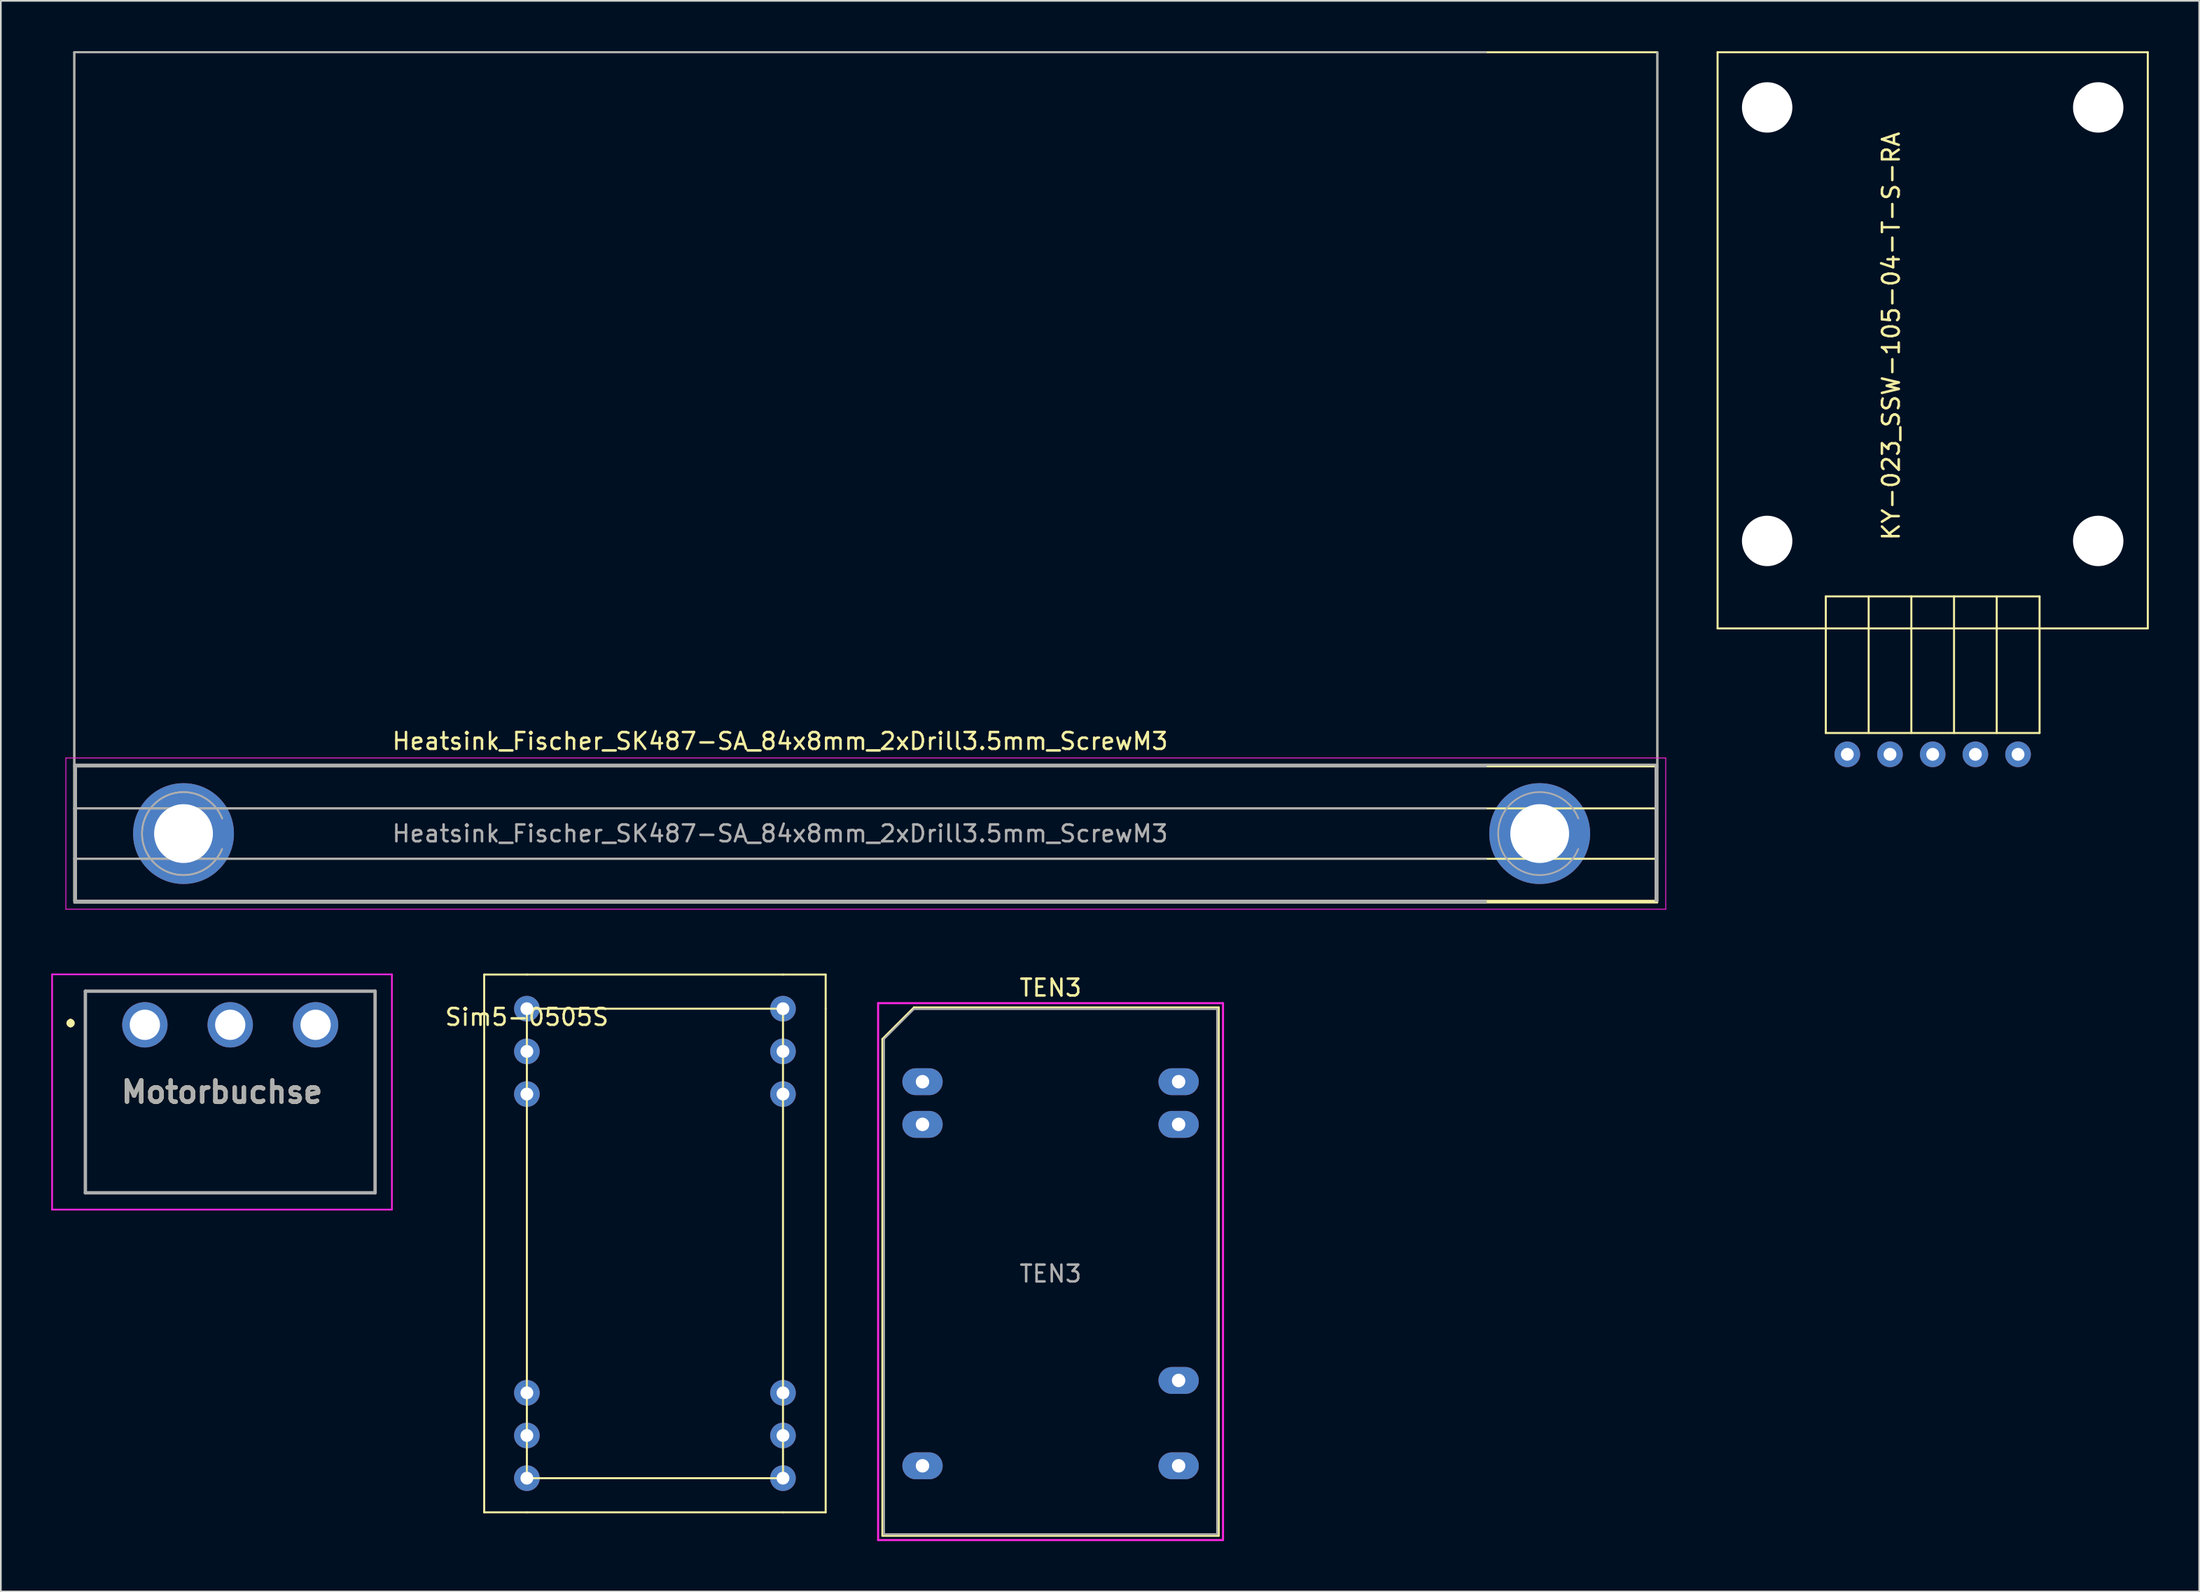
<source format=kicad_pcb>
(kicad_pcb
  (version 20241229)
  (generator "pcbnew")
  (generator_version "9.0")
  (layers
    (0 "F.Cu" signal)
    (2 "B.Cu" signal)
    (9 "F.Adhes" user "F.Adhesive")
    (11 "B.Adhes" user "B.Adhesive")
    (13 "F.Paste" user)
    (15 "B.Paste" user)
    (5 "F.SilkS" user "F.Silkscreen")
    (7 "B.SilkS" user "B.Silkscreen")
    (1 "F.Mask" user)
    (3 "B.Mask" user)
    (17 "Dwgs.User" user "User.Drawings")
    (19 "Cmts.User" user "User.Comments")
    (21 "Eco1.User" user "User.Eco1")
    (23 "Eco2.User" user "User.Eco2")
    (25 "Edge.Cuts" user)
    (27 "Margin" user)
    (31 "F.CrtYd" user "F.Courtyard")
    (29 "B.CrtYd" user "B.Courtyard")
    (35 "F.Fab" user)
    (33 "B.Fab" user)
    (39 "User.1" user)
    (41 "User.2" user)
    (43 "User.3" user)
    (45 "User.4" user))
  (footprint "Heatsink_Fischer_SK487-SA_84x8mm_2xDrill3.5mm_ScrewM3"
    (layer "F.Cu")
    (at 0.25 51.64)
    (property "Reference" "Heatsink_Fischer_SK487-SA_84x8mm_2xDrill3.5mm_ScrewM3" (at 43.12 -10.58 0) (layer "F.SilkS") (effects (font (size 1 1) (thickness 0.15))))
    (attr through_hole)
    (fp_line (start 1.12 -51.58) (end 95.32 -51.58) (stroke (width 0.12) (type solid)) (layer "F.SilkS"))
    (fp_line (start 1.12 -9.08) (end 1.12 -51.58) (stroke (width 0.12) (type solid)) (layer "F.SilkS"))
    (fp_line (start 1.12 -9.08) (end 1.12 -1.08) (stroke (width 0.12) (type solid)) (layer "F.SilkS"))
    (fp_line (start 1.12 -6.58) (end 95.27 -6.58) (stroke (width 0.12) (type solid)) (layer "F.SilkS"))
    (fp_line (start 1.12 -1.08) (end 95.32 -1.08) (stroke (width 0.12) (type solid)) (layer "F.SilkS"))
    (fp_line (start 1.22 -9.08) (end 1.22 -1.08) (stroke (width 0.12) (type solid)) (layer "F.SilkS"))
    (fp_line (start 95.22 -9.18) (end 1.12 -9.18) (stroke (width 0.12) (type solid)) (layer "F.SilkS"))
    (fp_line (start 95.22 -9.08) (end 1.12 -9.08) (stroke (width 0.12) (type solid)) (layer "F.SilkS"))
    (fp_line (start 95.22 -9.08) (end 95.22 -1.08) (stroke (width 0.12) (type solid)) (layer "F.SilkS"))
    (fp_line (start 95.28 -3.58) (end 1.12 -3.58) (stroke (width 0.12) (type solid)) (layer "F.SilkS"))
    (fp_line (start 95.32 -51.58) (end 95.32 -9.08) (stroke (width 0.12) (type solid)) (layer "F.SilkS"))
    (fp_line (start 95.32 -1.08) (end 95.32 -9.08) (stroke (width 0.12) (type solid)) (layer "F.SilkS"))
    (fp_line (start 95.32 -0.98) (end 1.12 -0.98) (stroke (width 0.12) (type solid)) (layer "F.SilkS"))
    (fp_line (start 0.62 -9.58) (end 0.62 -0.58) (stroke (width 0.05) (type solid)) (layer "F.CrtYd"))
    (fp_line (start 0.62 -9.58) (end 95.82 -9.58) (stroke (width 0.05) (type solid)) (layer "F.CrtYd"))
    (fp_line (start 0.62 -0.58) (end 95.82 -0.58) (stroke (width 0.05) (type solid)) (layer "F.CrtYd"))
    (fp_line (start 95.82 -0.58) (end 95.82 -9.58) (stroke (width 0.05) (type solid)) (layer "F.CrtYd"))
    (fp_line (start 1.12 -51.58) (end 85.12 -51.58) (stroke (width 0.12) (type solid)) (layer "F.Fab"))
    (fp_line (start 1.12 -6.58) (end 85.12 -6.58) (stroke (width 0.12) (type solid)) (layer "F.Fab"))
    (fp_line (start 1.12 -1.08) (end 1.12 -51.58) (stroke (width 0.12) (type solid)) (layer "F.Fab"))
    (fp_line (start 1.12 -0.98) (end 85.12 -0.98) (stroke (width 0.12) (type solid)) (layer "F.Fab"))
    (fp_line (start 1.22 -9.18) (end 1.22 -1.08) (stroke (width 0.12) (type solid)) (layer "F.Fab"))
    (fp_line (start 1.22 -9.08) (end 85.12 -9.08) (stroke (width 0.12) (type solid)) (layer "F.Fab"))
    (fp_line (start 85.12 -3.58) (end 1.12 -3.58) (stroke (width 0.12) (type solid)) (layer "F.Fab"))
    (fp_line (start 85.12 -1.08) (end 1.12 -1.08) (stroke (width 0.12) (type solid)) (layer "F.Fab"))
    (fp_line (start 95.22 -9.18) (end 1.12 -9.18) (stroke (width 0.12) (type solid)) (layer "F.Fab"))
    (fp_line (start 95.22 -9.08) (end 95.22 -1.08) (stroke (width 0.12) (type solid)) (layer "F.Fab"))
    (fp_line (start 95.32 -51.58) (end 95.32 -1.08) (stroke (width 0.12) (type solid)) (layer "F.Fab"))
    (fp_arc (start 9.91272 -4.161613) (mid 5.150202 -5.089888) (end 9.92 -5.98) (stroke (width 0.1) (type solid)) (layer "F.Fab"))
    (fp_arc (start 9.91272 -4.161613) (mid 5.150202 -5.089888) (end 9.92 -5.98) (stroke (width 0.1) (type solid)) (layer "F.Fab"))
    (fp_arc (start 90.61272 -4.161613) (mid 85.850202 -5.089888) (end 90.62 -5.98) (stroke (width 0.1) (type solid)) (layer "F.Fab"))
    (fp_text user "${REFERENCE}" (at 43.12 -5.08 0) (layer "F.Fab") (effects (font (size 1 1) (thickness 0.15))))
    (pad "1" thru_hole circle (at 7.62 -5.08) (size 6 6) (drill 3.5) (layers "*.Cu" "*.Mask"))
    (pad "2" thru_hole circle (at 88.32 -5.08) (size 6 6) (drill 3.5) (layers "*.Cu" "*.Mask")))
  (footprint "KY-023_SSW-105-04-T-S-RA"
    (layer "F.Cu")
    (at 111.955 41.843)
    (property "Reference" "KY-023_SSW-105-04-T-S-RA" (at -2.476 -24.892 270) (layer "F.SilkS") (effects (font (size 1 1) (thickness 0.15))))
    (attr through_hole)
    (fp_line (start -12.8 -41.783) (end 12.8 -41.783) (stroke (width 0.12) (type solid)) (layer "F.SilkS"))
    (fp_line (start -12.8 -7.493) (end -12.8 -41.783) (stroke (width 0.12) (type solid)) (layer "F.SilkS"))
    (fp_line (start -6.36 -9.398) (end 6.36 -9.398) (stroke (width 0.12) (type solid)) (layer "F.SilkS"))
    (fp_line (start -6.36 -1.27) (end -6.36 -9.398) (stroke (width 0.12) (type solid)) (layer "F.SilkS"))
    (fp_line (start -3.81 -1.27) (end -3.81 -9.398) (stroke (width 0.12) (type solid)) (layer "F.SilkS"))
    (fp_line (start -1.27 -1.27) (end -1.27 -9.398) (stroke (width 0.12) (type solid)) (layer "F.SilkS"))
    (fp_line (start 1.27 -1.27) (end 1.27 -9.398) (stroke (width 0.12) (type solid)) (layer "F.SilkS"))
    (fp_line (start 3.81 -1.27) (end 3.81 -9.398) (stroke (width 0.12) (type solid)) (layer "F.SilkS"))
    (fp_line (start 6.36 -9.398) (end 6.36 -1.27) (stroke (width 0.12) (type solid)) (layer "F.SilkS"))
    (fp_line (start 6.36 -1.27) (end -6.36 -1.27) (stroke (width 0.12) (type solid)) (layer "F.SilkS"))
    (fp_line (start 12.8 -41.783) (end 12.8 -7.493) (stroke (width 0.12) (type solid)) (layer "F.SilkS"))
    (fp_line (start 12.8 -7.493) (end -12.8 -7.493) (stroke (width 0.12) (type solid)) (layer "F.SilkS"))
    (pad "" np_thru_hole circle (at -9.85 -38.5 270) (size 3 3) (drill 3) (layers "*.Cu" "*.Mask"))
    (pad "" np_thru_hole circle (at -9.85 -12.7 270) (size 3 3) (drill 3) (layers "*.Cu" "*.Mask"))
    (pad "" np_thru_hole circle (at 9.85 -38.5) (size 3 3) (drill 3) (layers "*.Cu" "*.Mask"))
    (pad "" np_thru_hole circle (at 9.85 -12.7) (size 3 3) (drill 3) (layers "*.Cu" "*.Mask"))
    (pad "1" thru_hole circle (at -5.08 0) (size 1.524 1.524) (drill 0.762) (layers "*.Cu" "*.Mask"))
    (pad "2" thru_hole circle (at -2.54 0) (size 1.524 1.524) (drill 0.762) (layers "*.Cu" "*.Mask"))
    (pad "3" thru_hole circle (at 0 0) (size 1.524 1.524) (drill 0.762) (layers "*.Cu" "*.Mask"))
    (pad "4" thru_hole circle (at 2.54 0) (size 1.524 1.524) (drill 0.762) (layers "*.Cu" "*.Mask"))
    (pad "5" thru_hole circle (at 5.08 0) (size 1.524 1.524) (drill 0.762) (layers "*.Cu" "*.Mask")))
  (footprint "Sim5-0505S"
    (layer "F.Cu")
    (at 28.302 56.982)
    (property "Reference" "Sim5-0505S" (at 0 0.5 0) (layer "F.SilkS") (effects (font (size 1 1) (thickness 0.15))))
    (attr through_hole)
    (fp_line (start -2.54 -2.032) (end 0 -2.032) (stroke (width 0.12) (type solid)) (layer "F.SilkS"))
    (fp_line (start -2.54 29.972) (end -2.54 -2.032) (stroke (width 0.12) (type solid)) (layer "F.SilkS"))
    (fp_line (start 0 0) (end 15.24 0) (stroke (width 0.12) (type solid)) (layer "F.SilkS"))
    (fp_line (start 0 27.94) (end 0 0) (stroke (width 0.12) (type solid)) (layer "F.SilkS"))
    (fp_line (start 0 29.972) (end -2.54 29.972) (stroke (width 0.12) (type solid)) (layer "F.SilkS"))
    (fp_line (start 0 29.972) (end 15.24 29.972) (stroke (width 0.12) (type solid)) (layer "F.SilkS"))
    (fp_line (start 15.24 -2.032) (end 0 -2.032) (stroke (width 0.12) (type solid)) (layer "F.SilkS"))
    (fp_line (start 15.24 -2.032) (end 17.78 -2.032) (stroke (width 0.12) (type solid)) (layer "F.SilkS"))
    (fp_line (start 15.24 0) (end 15.24 27.94) (stroke (width 0.12) (type solid)) (layer "F.SilkS"))
    (fp_line (start 15.24 27.94) (end 0 27.94) (stroke (width 0.12) (type solid)) (layer "F.SilkS"))
    (fp_line (start 17.78 -2.032) (end 17.78 0) (stroke (width 0.12) (type solid)) (layer "F.SilkS"))
    (fp_line (start 17.78 0) (end 17.78 29.972) (stroke (width 0.12) (type solid)) (layer "F.SilkS"))
    (fp_line (start 17.78 29.972) (end 15.24 29.972) (stroke (width 0.12) (type solid)) (layer "F.SilkS"))
    (pad "1" thru_hole circle (at 0 0) (size 1.524 1.524) (drill 0.762) (layers "*.Cu" "*.Mask"))
    (pad "2" thru_hole circle (at 0 2.54) (size 1.524 1.524) (drill 0.762) (layers "*.Cu" "*.Mask"))
    (pad "3" thru_hole circle (at 0 5.08) (size 1.524 1.524) (drill 0.762) (layers "*.Cu" "*.Mask"))
    (pad "10" thru_hole circle (at 0 22.86) (size 1.524 1.524) (drill 0.762) (layers "*.Cu" "*.Mask"))
    (pad "11" thru_hole circle (at 0 25.4) (size 1.524 1.524) (drill 0.762) (layers "*.Cu" "*.Mask"))
    (pad "12" thru_hole circle (at 0 27.94) (size 1.524 1.524) (drill 0.762) (layers "*.Cu" "*.Mask"))
    (pad "13" thru_hole circle (at 15.24 27.94) (size 1.524 1.524) (drill 0.762) (layers "*.Cu" "*.Mask"))
    (pad "14" thru_hole circle (at 15.24 25.4) (size 1.524 1.524) (drill 0.762) (layers "*.Cu" "*.Mask"))
    (pad "15" thru_hole circle (at 15.24 22.86) (size 1.524 1.524) (drill 0.762) (layers "*.Cu" "*.Mask"))
    (pad "22" thru_hole circle (at 15.24 5.08) (size 1.524 1.524) (drill 0.762) (layers "*.Cu" "*.Mask"))
    (pad "23" thru_hole circle (at 15.24 2.54) (size 1.524 1.524) (drill 0.762) (layers "*.Cu" "*.Mask"))
    (pad "24" thru_hole circle (at 15.24 0) (size 1.524 1.524) (drill 0.762) (layers "*.Cu" "*.Mask")))
  (footprint "Motorbuchse"
    (layer "F.Cu")
    (at 5.57 57.94)
    (property "Reference" "Motorbuchse" (at 4.59 4 0) (layer "F.SilkS") (effects (font (size 1.27 1.27) (thickness 0.254))))
    (attr through_hole)
    (fp_line (start -4.42 -0.2) (end -4.42 -0.2) (stroke (width 0.3) (type solid)) (layer "F.SilkS"))
    (fp_line (start -4.42 0) (end -4.42 0) (stroke (width 0.3) (type solid)) (layer "F.SilkS"))
    (fp_line (start -3.54 -2) (end 13.7 -2) (stroke (width 0.1) (type solid)) (layer "F.SilkS"))
    (fp_line (start -3.54 10) (end -3.54 -2) (stroke (width 0.1) (type solid)) (layer "F.SilkS"))
    (fp_line (start 13.7 -2) (end 13.7 10) (stroke (width 0.1) (type solid)) (layer "F.SilkS"))
    (fp_line (start 13.7 10) (end -3.54 10) (stroke (width 0.1) (type solid)) (layer "F.SilkS"))
    (fp_arc (start -4.42 -0.2) (mid -4.32 -0.1) (end -4.42 0) (stroke (width 0.3) (type solid)) (layer "F.SilkS"))
    (fp_arc (start -4.42 0) (mid -4.52 -0.1) (end -4.42 -0.2) (stroke (width 0.3) (type solid)) (layer "F.SilkS"))
    (fp_line (start -5.52 -3) (end 14.7 -3) (stroke (width 0.1) (type solid)) (layer "F.CrtYd"))
    (fp_line (start -5.52 11) (end -5.52 -3) (stroke (width 0.1) (type solid)) (layer "F.CrtYd"))
    (fp_line (start 14.7 -3) (end 14.7 11) (stroke (width 0.1) (type solid)) (layer "F.CrtYd"))
    (fp_line (start 14.7 11) (end -5.52 11) (stroke (width 0.1) (type solid)) (layer "F.CrtYd"))
    (fp_line (start -3.54 -2) (end 13.7 -2) (stroke (width 0.2) (type solid)) (layer "F.Fab"))
    (fp_line (start -3.54 10) (end -3.54 -2) (stroke (width 0.2) (type solid)) (layer "F.Fab"))
    (fp_line (start 13.7 -2) (end 13.7 10) (stroke (width 0.2) (type solid)) (layer "F.Fab"))
    (fp_line (start 13.7 10) (end -3.54 10) (stroke (width 0.2) (type solid)) (layer "F.Fab"))
    (fp_text user "${REFERENCE}" (at 4.59 4 0) (layer "F.Fab") (effects (font (size 1.27 1.27) (thickness 0.254))))
    (pad "1" thru_hole circle (at 0 0) (size 2.7 2.7) (drill 1.8) (layers "*.Cu" "*.Mask"))
    (pad "2" thru_hole circle (at 5.08 0) (size 2.7 2.7) (drill 1.8) (layers "*.Cu" "*.Mask"))
    (pad "3" thru_hole circle (at 10.16 0) (size 2.7 2.7) (drill 1.8) (layers "*.Cu" "*.Mask")))
  (footprint "TEN3"
    (layer "F.Cu")
    (at 51.844 58.786)
    (property "Reference" "TEN3" (at 7.62 -3.048 0) (layer "F.SilkS") (effects (font (size 1 1) (thickness 0.15))))
    (attr through_hole)
    (fp_line (start -2.388 0) (end -2.388 29.566) (stroke (width 0.12) (type solid)) (layer "F.SilkS"))
    (fp_line (start -2.388 0) (end -0.508 -1.88) (stroke (width 0.12) (type solid)) (layer "F.SilkS"))
    (fp_line (start -2.388 29.566) (end 17.628 29.566) (stroke (width 0.12) (type solid)) (layer "F.SilkS"))
    (fp_line (start 17.628 -1.88) (end -0.508 -1.88) (stroke (width 0.12) (type solid)) (layer "F.SilkS"))
    (fp_line (start 17.628 29.566) (end 17.628 -1.88) (stroke (width 0.12) (type solid)) (layer "F.SilkS"))
    (fp_line (start -2.642 -2.134) (end -2.642 29.82) (stroke (width 0.12) (type solid)) (layer "F.CrtYd"))
    (fp_line (start -2.642 -2.134) (end 17.882 -2.134) (stroke (width 0.12) (type solid)) (layer "F.CrtYd"))
    (fp_line (start -2.642 29.82) (end 17.882 29.82) (stroke (width 0.12) (type solid)) (layer "F.CrtYd"))
    (fp_line (start 17.882 29.82) (end 17.882 -2.134) (stroke (width 0.12) (type solid)) (layer "F.CrtYd"))
    (fp_line (start -2.286 0) (end -2.286 29.464) (stroke (width 0.1) (type solid)) (layer "F.Fab"))
    (fp_line (start -2.286 0) (end -0.508 -1.778) (stroke (width 0.1) (type solid)) (layer "F.Fab"))
    (fp_line (start -2.286 29.464) (end 17.526 29.464) (stroke (width 0.1) (type solid)) (layer "F.Fab"))
    (fp_line (start 17.526 -1.778) (end -0.508 -1.778) (stroke (width 0.1) (type solid)) (layer "F.Fab"))
    (fp_line (start 17.526 29.464) (end 17.526 -1.778) (stroke (width 0.1) (type solid)) (layer "F.Fab"))
    (fp_text user "${REFERENCE}" (at 7.62 13.97 0) (layer "F.Fab") (effects (font (size 1 1) (thickness 0.15))))
    (pad "2" thru_hole oval (at 0 2.54) (size 2.4 1.6) (drill 0.8) (layers "*.Cu" "*.Mask"))
    (pad "3" thru_hole oval (at 0 5.08) (size 2.4 1.6) (drill 0.8) (layers "*.Cu" "*.Mask"))
    (pad "11" thru_hole oval (at 0 25.4) (size 2.4 1.6) (drill 0.8) (layers "*.Cu" "*.Mask"))
    (pad "14" thru_hole oval (at 15.24 25.4) (size 2.4 1.6) (drill 0.8) (layers "*.Cu" "*.Mask"))
    (pad "16" thru_hole oval (at 15.24 20.32) (size 2.4 1.6) (drill 0.8) (layers "*.Cu" "*.Mask"))
    (pad "22" thru_hole oval (at 15.24 5.08) (size 2.4 1.6) (drill 0.8) (layers "*.Cu" "*.Mask"))
    (pad "23" thru_hole oval (at 15.24 2.54) (size 2.4 1.6) (drill 0.8) (layers "*.Cu" "*.Mask")))
  (gr_rect
    (start -3 -3)
    (end 127.815 91.666)
    (stroke (width 0.1) (type default))
    (fill no)
    (layer "Edge.Cuts")))
</source>
